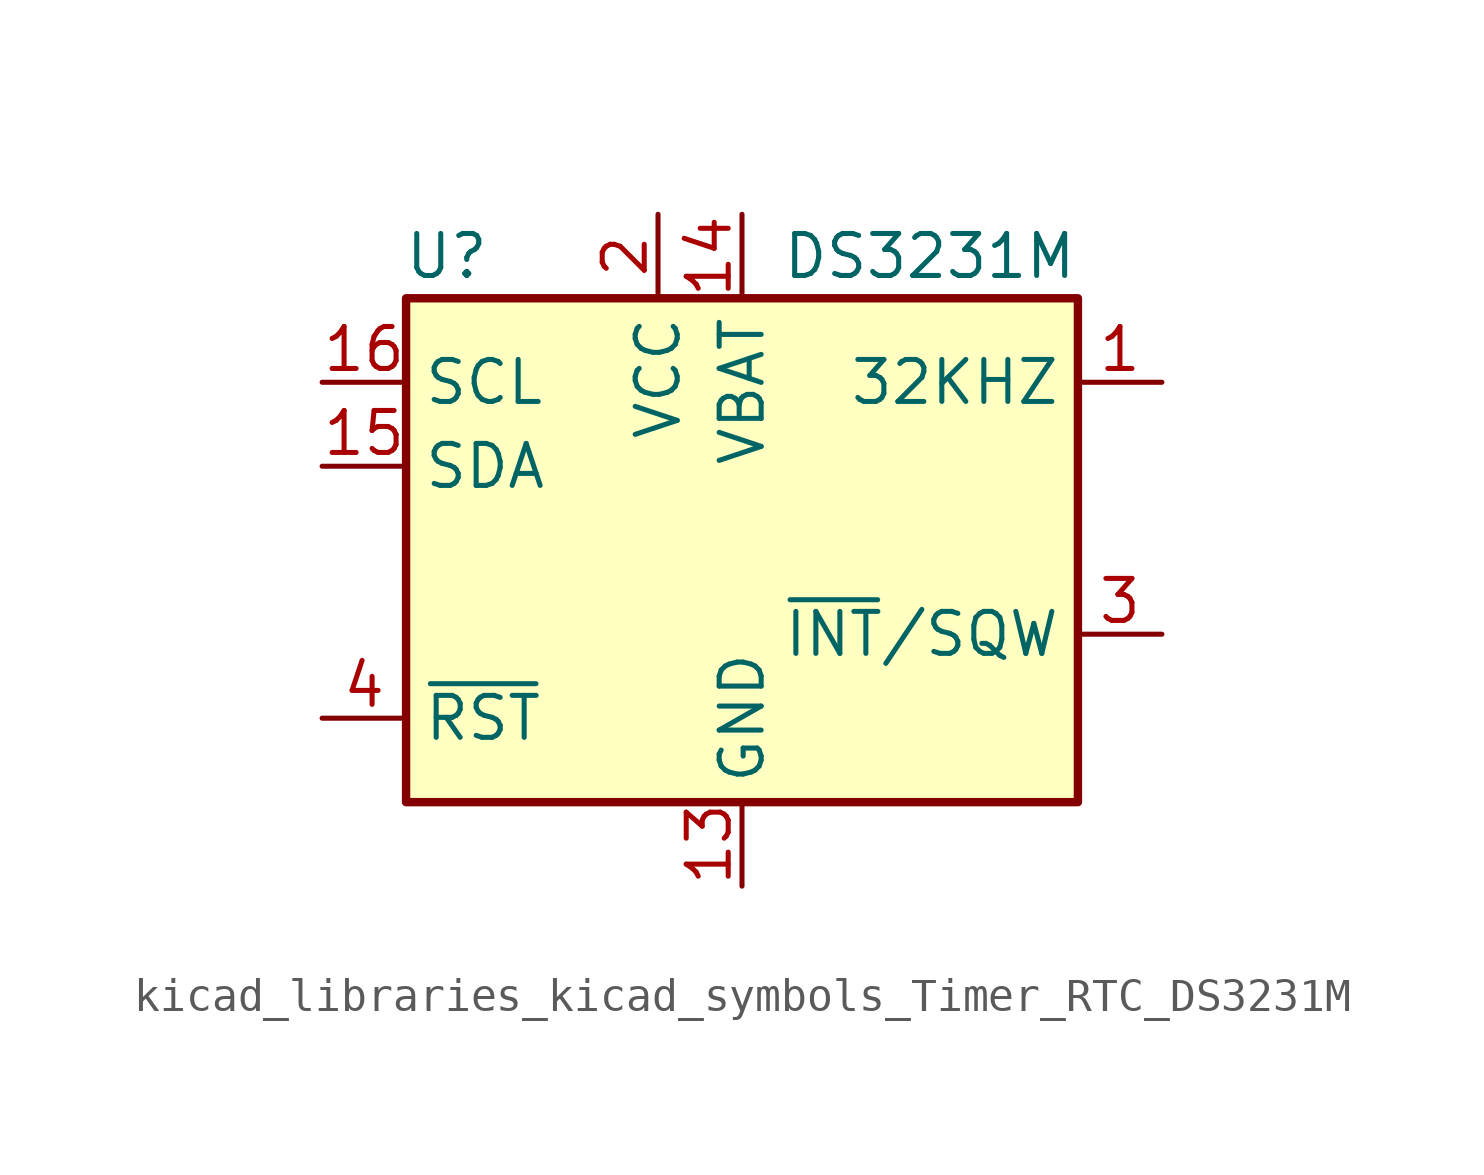
<source format=kicad_sym>
(kicad_symbol_lib
  (version 20220914)
  (generator kicad_symbol_editor)
  (symbol "kicad_libraries_kicad_symbols_Timer_RTC_DS3231M"
    (property "Reference" "U"
      (at -7.62 8.89 0)
      (effects (font (size 1.27 1.27)) (justify right)))
    (property "Value" "DS3231M"
      (at 10.16 8.89 0)
      (effects (font (size 1.27 1.27)) (justify right)))
    (symbol "kicad_libraries_kicad_symbols_Timer_RTC_DS3231M_0_1"
      (rectangle (start -10.16 7.62) (end 10.16 -7.62) (stroke (width 0.254) (type default)) (fill (type background))))
    (symbol "kicad_libraries_kicad_symbols_Timer_RTC_DS3231M_1_1"
      (pin open_collector line (at 12.7 5.08 180) (length 2.54) (name "32KHZ" (effects (font (size 1.27 1.27)))) (number "1" (effects (font (size 1.27 1.27)))))
      (pin passive line (at 0 -10.16 90) (length 2.54) hide (name "GND" (effects (font (size 1.27 1.27)))) (number "10" (effects (font (size 1.27 1.27)))))
      (pin passive line (at 0 -10.16 90) (length 2.54) hide (name "GND" (effects (font (size 1.27 1.27)))) (number "11" (effects (font (size 1.27 1.27)))))
      (pin passive line (at 0 -10.16 90) (length 2.54) hide (name "GND" (effects (font (size 1.27 1.27)))) (number "12" (effects (font (size 1.27 1.27)))))
      (pin power_in line (at 0 -10.16 90) (length 2.54) (name "GND" (effects (font (size 1.27 1.27)))) (number "13" (effects (font (size 1.27 1.27)))))
      (pin power_in line (at 0 10.16 270) (length 2.54) (name "VBAT" (effects (font (size 1.27 1.27)))) (number "14" (effects (font (size 1.27 1.27)))))
      (pin bidirectional line (at -12.7 2.54 0) (length 2.54) (name "SDA" (effects (font (size 1.27 1.27)))) (number "15" (effects (font (size 1.27 1.27)))))
      (pin input line (at -12.7 5.08 0) (length 2.54) (name "SCL" (effects (font (size 1.27 1.27)))) (number "16" (effects (font (size 1.27 1.27)))))
      (pin power_in line (at -2.54 10.16 270) (length 2.54) (name "VCC" (effects (font (size 1.27 1.27)))) (number "2" (effects (font (size 1.27 1.27)))))
      (pin open_collector line (at 12.7 -2.54 180) (length 2.54) (name "~{INT}/SQW" (effects (font (size 1.27 1.27)))) (number "3" (effects (font (size 1.27 1.27)))))
      (pin bidirectional line (at -12.7 -5.08 0) (length 2.54) (name "~{RST}" (effects (font (size 1.27 1.27)))) (number "4" (effects (font (size 1.27 1.27)))))
      (pin passive line (at 0 -10.16 90) (length 2.54) hide (name "GND" (effects (font (size 1.27 1.27)))) (number "5" (effects (font (size 1.27 1.27)))))
      (pin passive line (at 0 -10.16 90) (length 2.54) hide (name "GND" (effects (font (size 1.27 1.27)))) (number "6" (effects (font (size 1.27 1.27)))))
      (pin passive line (at 0 -10.16 90) (length 2.54) hide (name "GND" (effects (font (size 1.27 1.27)))) (number "7" (effects (font (size 1.27 1.27)))))
      (pin passive line (at 0 -10.16 90) (length 2.54) hide (name "GND" (effects (font (size 1.27 1.27)))) (number "8" (effects (font (size 1.27 1.27)))))
      (pin passive line (at 0 -10.16 90) (length 2.54) hide (name "GND" (effects (font (size 1.27 1.27)))) (number "9" (effects (font (size 1.27 1.27))))))))
</source>
